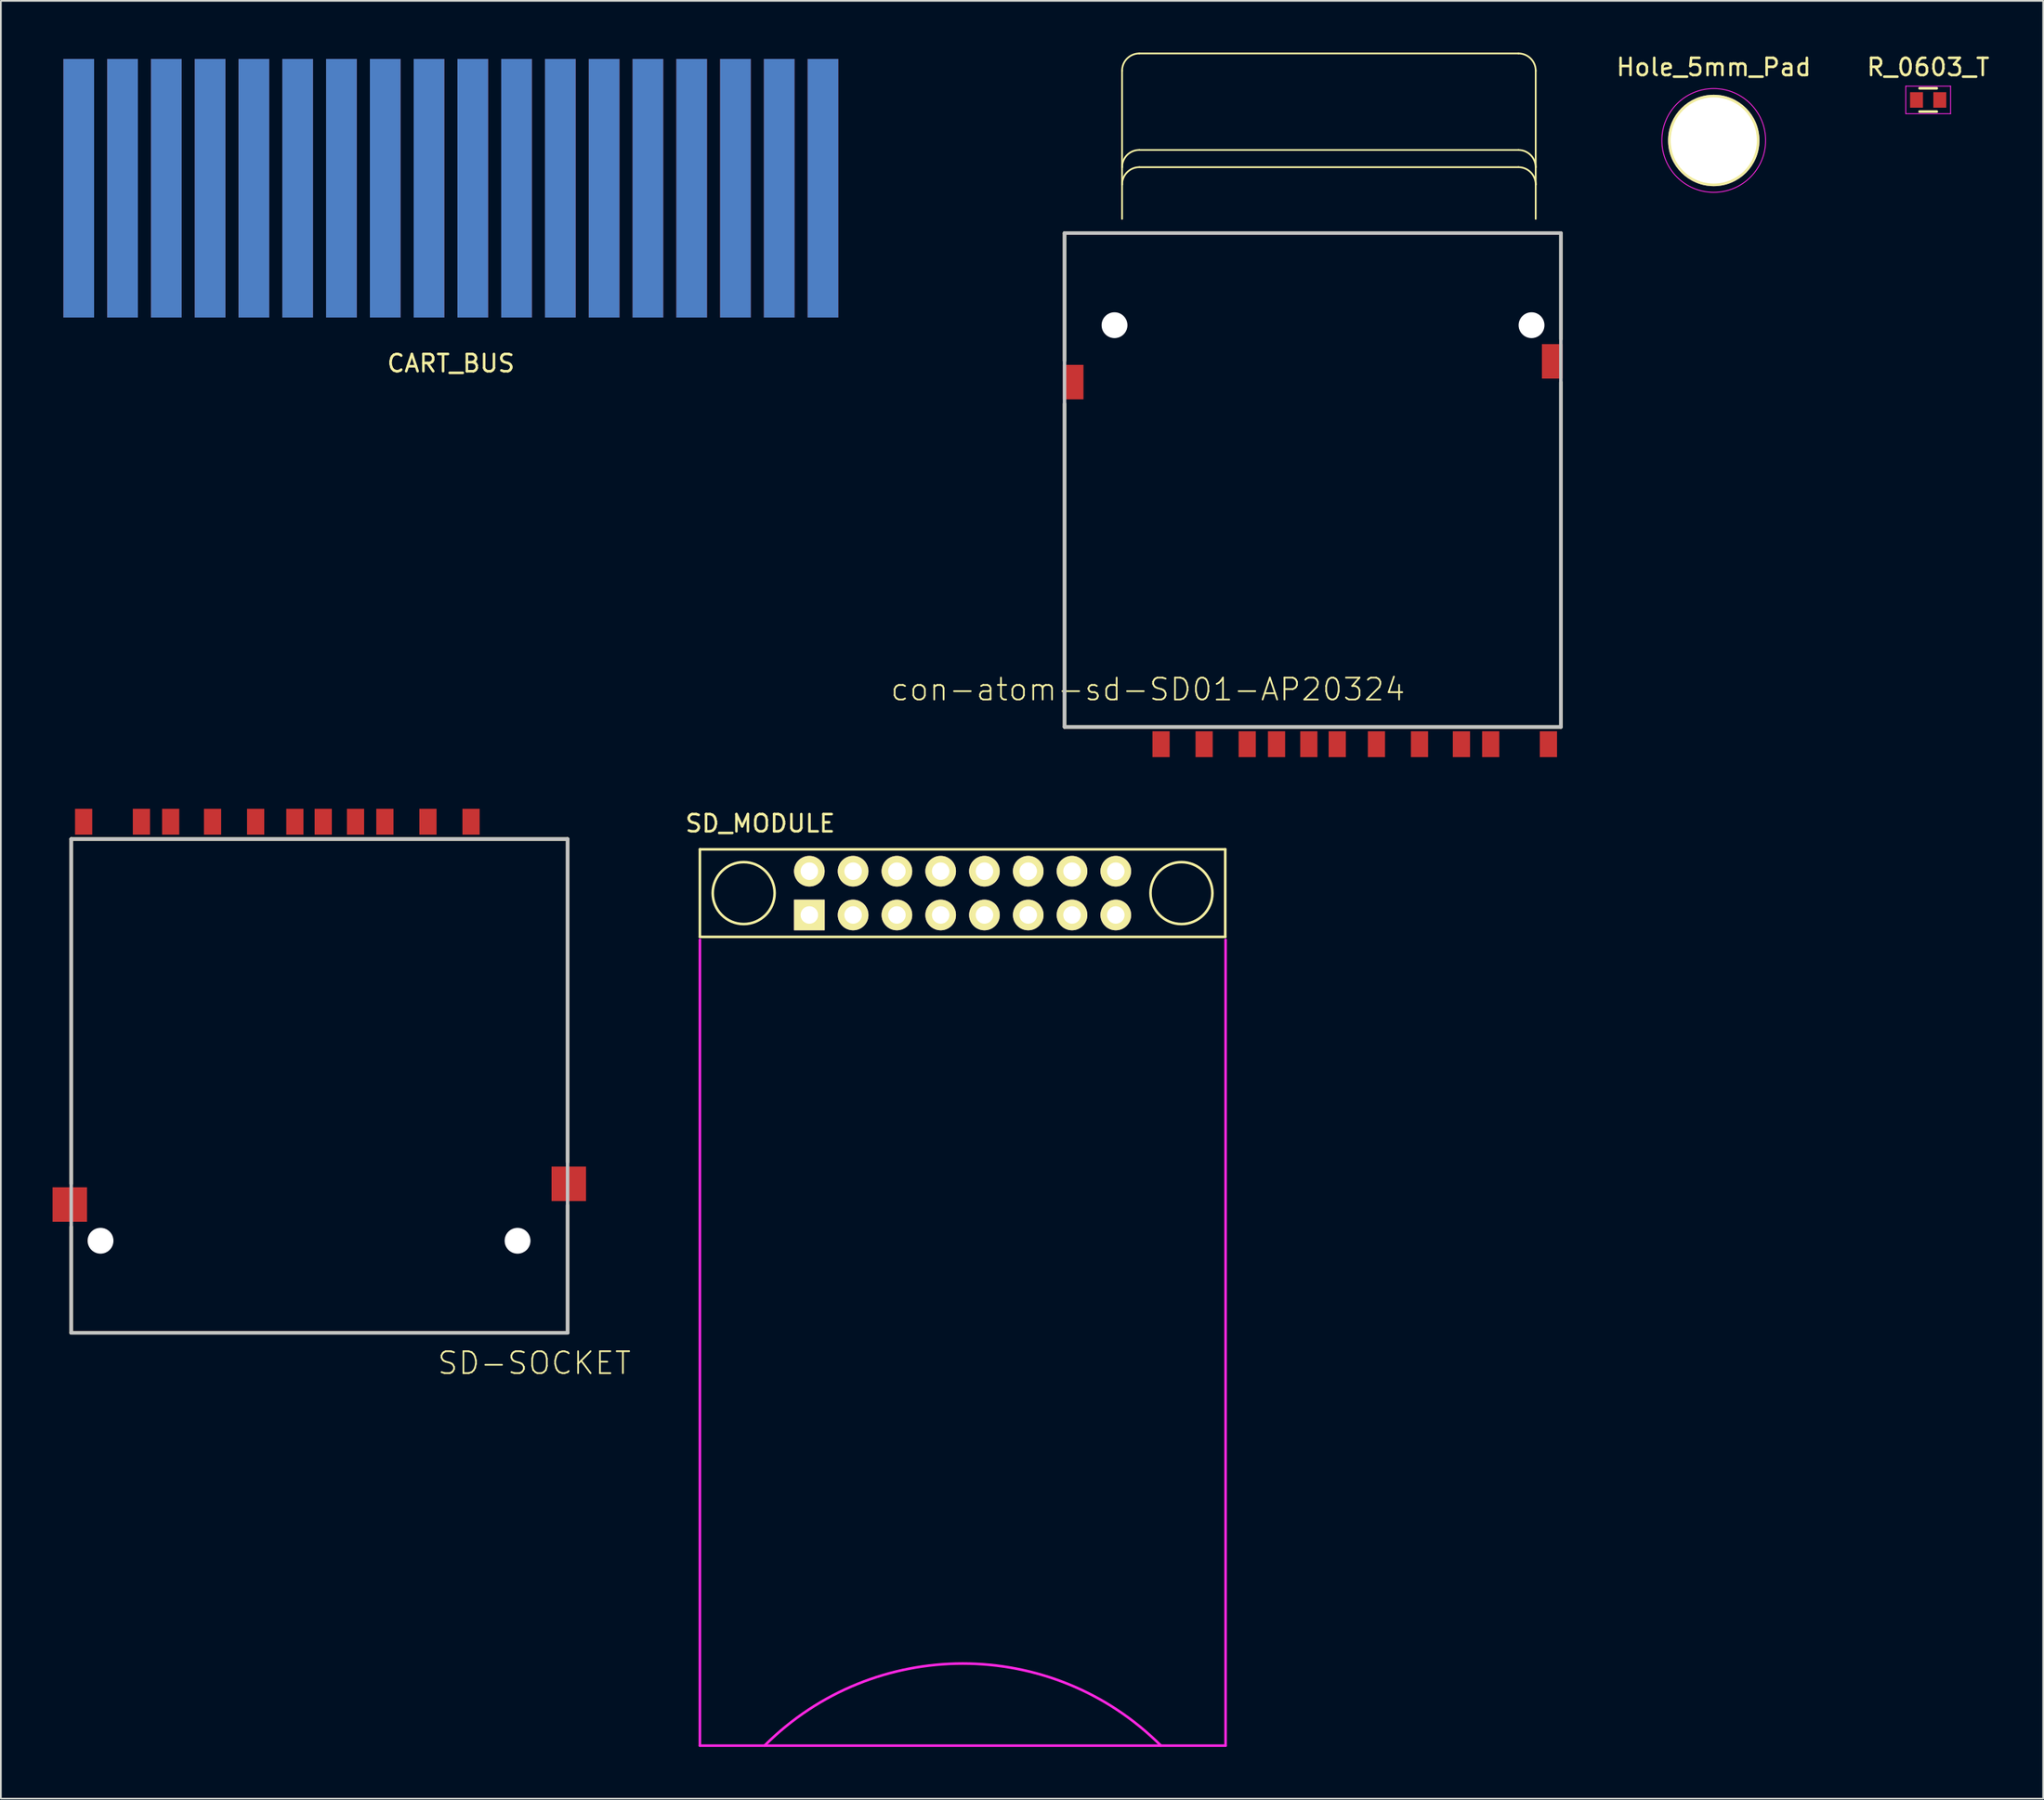
<source format=kicad_pcb>
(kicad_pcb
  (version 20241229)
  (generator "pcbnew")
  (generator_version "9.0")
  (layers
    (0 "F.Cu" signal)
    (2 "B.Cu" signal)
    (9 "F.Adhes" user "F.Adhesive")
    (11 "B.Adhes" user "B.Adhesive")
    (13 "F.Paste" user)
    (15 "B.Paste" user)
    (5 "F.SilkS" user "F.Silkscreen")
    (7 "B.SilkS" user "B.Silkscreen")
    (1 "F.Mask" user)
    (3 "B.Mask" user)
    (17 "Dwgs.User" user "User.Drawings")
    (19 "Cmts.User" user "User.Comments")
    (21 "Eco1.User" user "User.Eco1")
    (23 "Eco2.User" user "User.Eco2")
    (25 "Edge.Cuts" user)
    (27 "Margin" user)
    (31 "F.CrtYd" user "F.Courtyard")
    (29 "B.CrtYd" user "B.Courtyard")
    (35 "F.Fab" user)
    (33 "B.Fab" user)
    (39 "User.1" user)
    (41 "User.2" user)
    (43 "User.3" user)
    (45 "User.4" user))
  (footprint "CART_BUS"
    (layer "F.Cu")
    (at 0.25 0.25)
    (property "Reference" "CART_BUS" (at 22.86 17.78 0) (layer "F.SilkS") (effects (font (size 1 1) (thickness 0.15))))
    (attr through_hole)
    (pad "1" connect rect (at 1.27 7.62) (size 1.778 15) (layers "B.Cu" "B.Mask"))
    (pad "2" connect rect (at 1.27 7.62) (size 1.778 15) (layers "F.Cu" "F.Mask"))
    (pad "3" connect rect (at 3.81 7.62) (size 1.778 15) (layers "B.Cu" "B.Mask"))
    (pad "4" connect rect (at 3.81 7.62) (size 1.778 15) (layers "F.Cu" "F.Mask"))
    (pad "5" connect rect (at 6.35 7.62) (size 1.778 15) (layers "B.Cu" "B.Mask"))
    (pad "6" connect rect (at 6.35 7.62) (size 1.778 15) (layers "F.Cu" "F.Mask"))
    (pad "7" connect rect (at 8.89 7.62) (size 1.778 15) (layers "B.Cu" "B.Mask"))
    (pad "8" connect rect (at 8.89 7.62) (size 1.778 15) (layers "F.Cu" "F.Mask"))
    (pad "9" connect rect (at 11.43 7.62) (size 1.778 15) (layers "B.Cu" "B.Mask"))
    (pad "10" connect rect (at 11.43 7.62) (size 1.778 15) (layers "F.Cu" "F.Mask"))
    (pad "11" connect rect (at 13.97 7.62) (size 1.778 15) (layers "B.Cu" "B.Mask"))
    (pad "12" connect rect (at 13.97 7.62) (size 1.778 15) (layers "F.Cu" "F.Mask"))
    (pad "13" connect rect (at 16.51 7.62) (size 1.778 15) (layers "B.Cu" "B.Mask"))
    (pad "14" connect rect (at 16.51 7.62) (size 1.778 15) (layers "F.Cu" "F.Mask"))
    (pad "15" connect rect (at 19.05 7.62) (size 1.778 15) (layers "B.Cu" "B.Mask"))
    (pad "16" connect rect (at 19.05 7.62) (size 1.778 15) (layers "F.Cu" "F.Mask"))
    (pad "17" connect rect (at 21.59 7.62) (size 1.778 15) (layers "B.Cu" "B.Mask"))
    (pad "18" connect rect (at 21.59 7.62) (size 1.778 15) (layers "F.Cu" "F.Mask"))
    (pad "19" connect rect (at 24.13 7.62) (size 1.778 15) (layers "B.Cu" "B.Mask"))
    (pad "20" connect rect (at 24.13 7.62) (size 1.778 15) (layers "F.Cu" "F.Mask"))
    (pad "21" connect rect (at 26.67 7.62) (size 1.778 15) (layers "B.Cu" "B.Mask"))
    (pad "22" connect rect (at 26.67 7.62) (size 1.778 15) (layers "F.Cu" "F.Mask"))
    (pad "23" connect rect (at 29.21 7.62) (size 1.778 15) (layers "B.Cu" "B.Mask"))
    (pad "24" connect rect (at 29.21 7.62) (size 1.778 15) (layers "F.Cu" "F.Mask"))
    (pad "25" connect rect (at 31.75 7.62) (size 1.778 15) (layers "B.Cu" "B.Mask"))
    (pad "26" connect rect (at 31.75 7.62) (size 1.778 15) (layers "F.Cu" "F.Mask"))
    (pad "27" connect rect (at 34.29 7.62) (size 1.778 15) (layers "B.Cu" "B.Mask"))
    (pad "28" connect rect (at 34.29 7.62) (size 1.778 15) (layers "F.Cu" "F.Mask"))
    (pad "29" connect rect (at 36.83 7.62) (size 1.778 15) (layers "B.Cu" "B.Mask"))
    (pad "30" connect rect (at 36.83 7.62) (size 1.778 15) (layers "F.Cu" "F.Mask"))
    (pad "31" connect rect (at 39.37 7.62) (size 1.778 15) (layers "B.Cu" "B.Mask"))
    (pad "32" connect rect (at 39.37 7.62) (size 1.778 15) (layers "F.Cu" "F.Mask"))
    (pad "33" connect rect (at 41.91 7.62) (size 1.778 15) (layers "B.Cu" "B.Mask"))
    (pad "34" connect rect (at 41.91 7.62) (size 1.778 15) (layers "F.Cu" "F.Mask"))
    (pad "35" connect rect (at 44.45 7.62) (size 1.778 15) (layers "B.Cu" "B.Mask"))
    (pad "36" connect rect (at 44.45 7.62) (size 1.778 15) (layers "F.Cu" "F.Mask")))
  (footprint "SD-SOCKET"
    (layer "F.Cu")
    (at 14.6 59.679)
    (property "Reference" "SD-SOCKET" (at 13.35 16.35 0) (layer "F.SilkS") (effects (font (size 1.27 1.27) (thickness 0.102))))
    (attr smd)
    (fp_line (start -13.519 -14.055) (end -13.519 5.943) (stroke (width 0.203) (type solid)) (layer "F.SilkS"))
    (fp_line (start -13.519 8.442) (end -13.519 14.594) (stroke (width 0.203) (type solid)) (layer "F.SilkS"))
    (fp_line (start -13.519 14.594) (end 15.28 14.594) (stroke (width 0.203) (type solid)) (layer "F.SilkS"))
    (fp_line (start 15.28 -14.055) (end -13.519 -14.055) (stroke (width 0.203) (type solid)) (layer "F.SilkS"))
    (fp_line (start 15.28 4.693) (end 15.28 -14.055) (stroke (width 0.203) (type solid)) (layer "F.SilkS"))
    (fp_line (start 15.28 14.594) (end 15.28 7.192) (stroke (width 0.203) (type solid)) (layer "F.SilkS"))
    (fp_line (start -13.519 -14.055) (end -13.519 14.594) (stroke (width 0.203) (type solid)) (layer "Dwgs.User"))
    (fp_line (start -13.519 14.594) (end 15.28 14.594) (stroke (width 0.203) (type solid)) (layer "Dwgs.User"))
    (fp_line (start 15.28 -14.055) (end -13.519 -14.055) (stroke (width 0.203) (type solid)) (layer "Dwgs.User"))
    (fp_line (start 15.28 14.594) (end 15.28 -14.055) (stroke (width 0.203) (type solid)) (layer "Dwgs.User"))
    (pad "" np_thru_hole circle (at -11.817 9.252 180) (size 1.499 1.499) (drill 1.499) (layers "*.Cu" "*.Mask"))
    (pad "" np_thru_hole circle (at 12.379 9.252 180) (size 1.499 1.499) (drill 1.499) (layers "*.Cu" "*.Mask"))
    (pad "1" smd rect (at 7.18 -15.056) (size 0.998 1.499) (layers "F.Cu" "F.Mask"))
    (pad "2" smd rect (at 4.68 -15.056) (size 0.998 1.499) (layers "F.Cu" "F.Mask"))
    (pad "3" smd rect (at 1.104 -15.056) (size 0.998 1.499) (layers "F.Cu" "F.Mask"))
    (pad "4" smd rect (at -0.542 -15.056) (size 0.998 1.499) (layers "F.Cu" "F.Mask"))
    (pad "5" smd rect (at -2.818 -15.056) (size 0.998 1.499) (layers "F.Cu" "F.Mask"))
    (pad "6" smd rect (at -5.317 -15.056) (size 0.998 1.499) (layers "F.Cu" "F.Mask"))
    (pad "7" smd rect (at -7.748 -15.056) (size 0.998 1.499) (layers "F.Cu" "F.Mask"))
    (pad "8" smd rect (at -9.447 -15.056) (size 0.998 1.499) (layers "F.Cu" "F.Mask"))
    (pad "9" smd rect (at 9.679 -15.056) (size 0.998 1.499) (layers "F.Cu" "F.Mask"))
    (pad "DETE" smd rect (at 2.979 -15.056) (size 0.998 1.499) (layers "F.Cu" "F.Mask"))
    (pad "GND" smd rect (at -13.6 7.15) (size 2 2) (layers "F.Cu" "F.Mask"))
    (pad "GND" smd rect (at 15.35 5.95) (size 2 2) (layers "F.Cu" "F.Mask"))
    (pad "WP" smd rect (at -12.797 -15.056) (size 0.998 1.499) (layers "F.Cu" "F.Mask")))
  (footprint "con-atom-sd-SD01-AP20324"
    (layer "F.Cu")
    (at 74.347 26.154)
    (property "Reference" "con-atom-sd-SD01-AP20324" (at -10.795 10.795 0) (layer "F.SilkS") (effects (font (size 1.27 1.27) (thickness 0.102))))
    (attr smd)
    (fp_line (start -15.634 -15.679) (end -15.634 -8.278) (stroke (width 0.203) (type solid)) (layer "F.SilkS"))
    (fp_line (start -15.634 -5.779) (end -15.634 12.969) (stroke (width 0.203) (type solid)) (layer "F.SilkS"))
    (fp_line (start -15.634 12.969) (end 13.165 12.969) (stroke (width 0.203) (type solid)) (layer "F.SilkS"))
    (fp_line (start -12.294 -25.103) (end -12.294 -19.505) (stroke (width 0.102) (type solid)) (layer "F.SilkS"))
    (fp_line (start -12.294 -19.505) (end -12.294 -18.504) (stroke (width 0.102) (type solid)) (layer "F.SilkS"))
    (fp_line (start -12.294 -18.504) (end -12.294 -16.505) (stroke (width 0.102) (type solid)) (layer "F.SilkS"))
    (fp_line (start 10.704 -26.104) (end -11.293 -26.104) (stroke (width 0.102) (type solid)) (layer "F.SilkS"))
    (fp_line (start 10.704 -20.503) (end -11.293 -20.503) (stroke (width 0.102) (type solid)) (layer "F.SilkS"))
    (fp_line (start 10.704 -19.505) (end -11.293 -19.505) (stroke (width 0.102) (type solid)) (layer "F.SilkS"))
    (fp_line (start 11.704 -19.505) (end 11.704 -25.103) (stroke (width 0.102) (type solid)) (layer "F.SilkS"))
    (fp_line (start 11.704 -18.504) (end 11.704 -19.505) (stroke (width 0.102) (type solid)) (layer "F.SilkS"))
    (fp_line (start 11.704 -16.505) (end 11.704 -18.504) (stroke (width 0.102) (type solid)) (layer "F.SilkS"))
    (fp_line (start 13.165 -15.679) (end -15.634 -15.679) (stroke (width 0.203) (type solid)) (layer "F.SilkS"))
    (fp_line (start 13.165 -9.528) (end 13.165 -15.679) (stroke (width 0.203) (type solid)) (layer "F.SilkS"))
    (fp_line (start 13.165 12.969) (end 13.165 -7.028) (stroke (width 0.203) (type solid)) (layer "F.SilkS"))
    (fp_arc (start -12.2936 -25.10282) (mid -12.000484 -25.810464) (end -11.29284 -26.10358) (stroke (width 0.1016) (type solid)) (layer "F.SilkS"))
    (fp_arc (start -12.2936 -19.50466) (mid -12.000484 -20.212304) (end -11.29284 -20.50542) (stroke (width 0.1016) (type solid)) (layer "F.SilkS"))
    (fp_arc (start -12.2936 -18.5039) (mid -12.000484 -19.211544) (end -11.29284 -19.50466) (stroke (width 0.1016) (type solid)) (layer "F.SilkS"))
    (fp_arc (start 10.70356 -26.10358) (mid 11.411204 -25.810464) (end 11.70432 -25.10282) (stroke (width 0.1016) (type solid)) (layer "F.SilkS"))
    (fp_arc (start 10.70356 -20.50288) (mid 11.409408 -20.210508) (end 11.70178 -19.50466) (stroke (width 0.1016) (type solid)) (layer "F.SilkS"))
    (fp_arc (start 10.70356 -19.50466) (mid 11.411204 -19.211544) (end 11.70432 -18.5039) (stroke (width 0.1016) (type solid)) (layer "F.SilkS"))
    (fp_line (start -15.634 -15.679) (end -15.634 12.969) (stroke (width 0.203) (type solid)) (layer "Dwgs.User"))
    (fp_line (start -15.634 12.969) (end 13.165 12.969) (stroke (width 0.203) (type solid)) (layer "Dwgs.User"))
    (fp_line (start 13.165 -15.679) (end -15.634 -15.679) (stroke (width 0.203) (type solid)) (layer "Dwgs.User"))
    (fp_line (start 13.165 12.969) (end 13.165 -15.679) (stroke (width 0.203) (type solid)) (layer "Dwgs.User"))
    (pad "" np_thru_hole circle (at -12.733 -10.338) (size 1.499 1.499) (drill 1.499) (layers "*.Cu" "*.Mask"))
    (pad "" np_thru_hole circle (at 11.463 -10.338) (size 1.499 1.499) (drill 1.499) (layers "*.Cu" "*.Mask"))
    (pad "1" smd rect (at -7.534 13.97 180) (size 0.998 1.499) (layers "F.Cu" "F.Mask" "F.Paste"))
    (pad "2" smd rect (at -5.034 13.97 180) (size 0.998 1.499) (layers "F.Cu" "F.Mask" "F.Paste"))
    (pad "3" smd rect (at -1.458 13.97 180) (size 0.998 1.499) (layers "F.Cu" "F.Mask" "F.Paste"))
    (pad "4" smd rect (at 0.188 13.97 180) (size 0.998 1.499) (layers "F.Cu" "F.Mask" "F.Paste"))
    (pad "5" smd rect (at 2.464 13.97 180) (size 0.998 1.499) (layers "F.Cu" "F.Mask" "F.Paste"))
    (pad "6" smd rect (at 4.963 13.97 180) (size 0.998 1.499) (layers "F.Cu" "F.Mask" "F.Paste"))
    (pad "7" smd rect (at 7.394 13.97 180) (size 0.998 1.499) (layers "F.Cu" "F.Mask" "F.Paste"))
    (pad "8" smd rect (at 9.093 13.97 180) (size 0.998 1.499) (layers "F.Cu" "F.Mask" "F.Paste"))
    (pad "9" smd rect (at -10.033 13.97 180) (size 0.998 1.499) (layers "F.Cu" "F.Mask" "F.Paste"))
    (pad "DETE" smd rect (at -3.332 13.97 180) (size 0.998 1.499) (layers "F.Cu" "F.Mask" "F.Paste"))
    (pad "GND" smd rect (at 12.664 -8.24 180) (size 1.199 1.999) (layers "F.Cu" "F.Mask" "F.Paste"))
    (pad "GND@" smd rect (at -15.133 -7.038 180) (size 1.199 1.999) (layers "F.Cu" "F.Mask" "F.Paste"))
    (pad "WP" smd rect (at 12.443 13.97 180) (size 0.998 1.499) (layers "F.Cu" "F.Mask" "F.Paste")))
  (footprint "R_0603_T"
    (layer "F.Cu")
    (at 108.822 2.748)
    (property "Reference" "R_0603_T" (at 0 -1.9 0) (layer "F.SilkS") (effects (font (size 1 1) (thickness 0.15))))
    (attr smd)
    (fp_line (start -0.5 -0.675) (end 0.5 -0.675) (stroke (width 0.15) (type solid)) (layer "F.SilkS"))
    (fp_line (start 0.5 0.675) (end -0.5 0.675) (stroke (width 0.15) (type solid)) (layer "F.SilkS"))
    (fp_line (start -1.3 -0.8) (end -1.3 0.8) (stroke (width 0.05) (type solid)) (layer "F.CrtYd"))
    (fp_line (start -1.3 -0.8) (end 1.3 -0.8) (stroke (width 0.05) (type solid)) (layer "F.CrtYd"))
    (fp_line (start -1.3 0.8) (end 1.3 0.8) (stroke (width 0.05) (type solid)) (layer "F.CrtYd"))
    (fp_line (start 1.3 -0.8) (end 1.3 0.8) (stroke (width 0.05) (type solid)) (layer "F.CrtYd"))
    (pad "1" smd rect (at -0.675 0) (size 0.75 0.9) (layers "F.Cu" "F.Mask" "F.Paste"))
    (pad "2" smd rect (at 0.675 0) (size 0.75 0.9) (layers "F.Cu" "F.Mask" "F.Paste")))
  (footprint "Hole_5mm_Pad"
    (layer "F.Cu")
    (at 96.381 5.098)
    (property "Reference" "Hole_5mm_Pad" (at 0 -4.25 0) (layer "F.SilkS") (effects (font (size 1 1) (thickness 0.15))))
    (attr through_hole)
    (fp_circle (center 0 0) (end 2.25 2) (stroke (width 0.05) (type solid)) (fill no) (layer "F.CrtYd"))
    (pad "1" thru_hole circle (at 0 0) (size 5.3 5.3) (drill 5) (layers "*.Cu" "*.Mask" "F.SilkS")))
  (footprint "SD_MODULE"
    (layer "F.Cu")
    (at 37.558 46.222)
    (property "Reference" "SD_MODULE" (at 3.5 -1.5 0) (layer "F.SilkS") (effects (font (size 1 1) (thickness 0.15))))
    (attr through_hole)
    (fp_line (start 0 0) (end 0 5.08) (stroke (width 0.15) (type solid)) (layer "F.SilkS"))
    (fp_line (start 0 0) (end 30.48 0) (stroke (width 0.15) (type solid)) (layer "F.SilkS"))
    (fp_line (start 0 5.08) (end 30.48 5.08) (stroke (width 0.15) (type solid)) (layer "F.SilkS"))
    (fp_line (start 30.48 0) (end 30.48 5.08) (stroke (width 0.15) (type solid)) (layer "F.SilkS"))
    (fp_circle (center 2.54 2.54) (end 3.81 3.81) (stroke (width 0.15) (type solid)) (fill no) (layer "F.SilkS"))
    (fp_circle (center 27.94 2.54) (end 29.21 3.81) (stroke (width 0.15) (type solid)) (fill no) (layer "F.SilkS"))
    (fp_line (start 0 5.25) (end 0 52) (stroke (width 0.15) (type solid)) (layer "F.CrtYd"))
    (fp_line (start 0 52) (end 30.5 52) (stroke (width 0.15) (type solid)) (layer "F.CrtYd"))
    (fp_line (start 30.5 5.25) (end 30.5 52) (stroke (width 0.15) (type solid)) (layer "F.CrtYd"))
    (fp_arc (start 3.75 52) (mid 15.25 47.236544) (end 26.75 52) (stroke (width 0.15) (type solid)) (layer "F.CrtYd"))
    (pad "1" thru_hole circle (at 6.35 1.27) (size 1.778 1.778) (drill 1.016) (layers "*.Cu" "*.Mask" "F.SilkS"))
    (pad "1" thru_hole rect (at 6.35 3.81) (size 1.778 1.778) (drill 1.016) (layers "*.Cu" "*.Mask" "F.SilkS"))
    (pad "2" thru_hole circle (at 8.89 1.27) (size 1.778 1.778) (drill 1.016) (layers "*.Cu" "*.Mask" "F.SilkS"))
    (pad "2" thru_hole circle (at 8.89 3.81) (size 1.778 1.778) (drill 1.016) (layers "*.Cu" "*.Mask" "F.SilkS"))
    (pad "3" thru_hole circle (at 11.43 1.27) (size 1.778 1.778) (drill 1.016) (layers "*.Cu" "*.Mask" "F.SilkS"))
    (pad "3" thru_hole circle (at 11.43 3.81) (size 1.778 1.778) (drill 1.016) (layers "*.Cu" "*.Mask" "F.SilkS"))
    (pad "4" thru_hole circle (at 13.97 1.27) (size 1.778 1.778) (drill 1.016) (layers "*.Cu" "*.Mask" "F.SilkS"))
    (pad "4" thru_hole circle (at 13.97 3.81) (size 1.778 1.778) (drill 1.016) (layers "*.Cu" "*.Mask" "F.SilkS"))
    (pad "5" thru_hole circle (at 16.51 1.27) (size 1.778 1.778) (drill 1.016) (layers "*.Cu" "*.Mask" "F.SilkS"))
    (pad "5" thru_hole circle (at 16.51 3.81) (size 1.778 1.778) (drill 1.016) (layers "*.Cu" "*.Mask" "F.SilkS"))
    (pad "6" thru_hole circle (at 19.05 1.27) (size 1.778 1.778) (drill 1.016) (layers "*.Cu" "*.Mask" "F.SilkS"))
    (pad "6" thru_hole circle (at 19.05 3.81) (size 1.778 1.778) (drill 1.016) (layers "*.Cu" "*.Mask" "F.SilkS"))
    (pad "7" thru_hole circle (at 21.59 1.27) (size 1.778 1.778) (drill 1.016) (layers "*.Cu" "*.Mask" "F.SilkS"))
    (pad "7" thru_hole circle (at 21.59 3.81) (size 1.778 1.778) (drill 1.016) (layers "*.Cu" "*.Mask" "F.SilkS"))
    (pad "8" thru_hole circle (at 24.13 1.27) (size 1.778 1.778) (drill 1.016) (layers "*.Cu" "*.Mask" "F.SilkS"))
    (pad "8" thru_hole circle (at 24.13 3.81) (size 1.778 1.778) (drill 1.016) (layers "*.Cu" "*.Mask" "F.SilkS")))
  (gr_rect
    (start -3 -3)
    (end 115.494 101.297)
    (stroke (width 0.1) (type default))
    (fill no)
    (layer "Edge.Cuts")))
</source>
